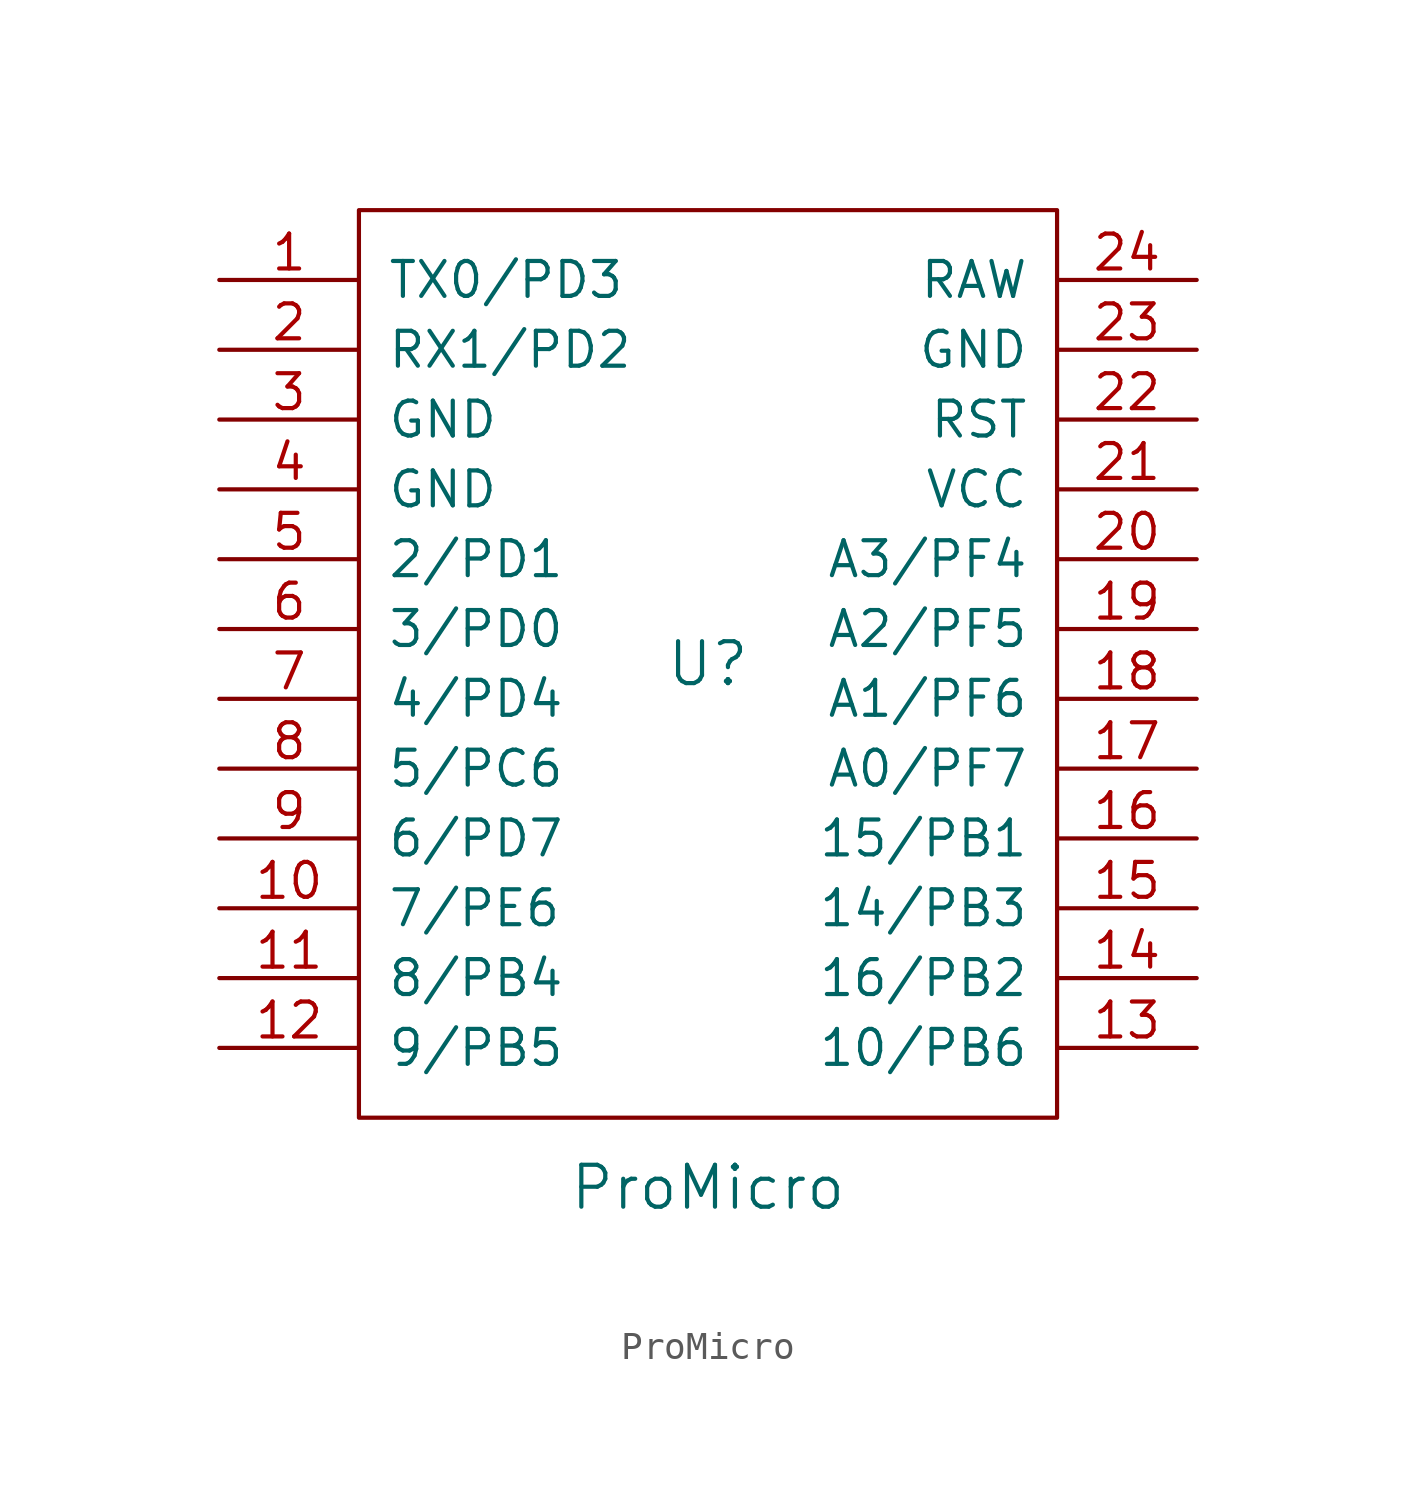
<source format=kicad_sym>
(kicad_symbol_lib
  (version 20211014)
  (generator kicad_symbol_editor)
  (symbol "ProMicro"
    (pin_names
      (offset 1.016))
    (property "Reference" "U"
      (at 0 0 0)
      (effects (font (size 1.524 1.524))))
    (property "Value" "ProMicro"
      (at 0 -19.05 0)
      (effects (font (size 1.524 1.524))))
    (symbol "ProMicro_0_1"
      (rectangle (start -12.7 -16.51) (end 12.7 16.51) (stroke (width 0) (type default) (color 0 0 0 0)) (fill (type none))))
    (symbol "ProMicro_1_1"
      (pin input line (at -17.78 13.97 0) (length 5.08) (name "TX0/PD3" (effects (font (size 1.27 1.27)))) (number "1" (effects (font (size 1.27 1.27)))))
      (pin input line (at -17.78 -8.89 0) (length 5.08) (name "7/PE6" (effects (font (size 1.27 1.27)))) (number "10" (effects (font (size 1.27 1.27)))))
      (pin input line (at -17.78 -11.43 0) (length 5.08) (name "8/PB4" (effects (font (size 1.27 1.27)))) (number "11" (effects (font (size 1.27 1.27)))))
      (pin input line (at -17.78 -13.97 0) (length 5.08) (name "9/PB5" (effects (font (size 1.27 1.27)))) (number "12" (effects (font (size 1.27 1.27)))))
      (pin input line (at 17.78 -13.97 180) (length 5.08) (name "10/PB6" (effects (font (size 1.27 1.27)))) (number "13" (effects (font (size 1.27 1.27)))))
      (pin input line (at 17.78 -11.43 180) (length 5.08) (name "16/PB2" (effects (font (size 1.27 1.27)))) (number "14" (effects (font (size 1.27 1.27)))))
      (pin input line (at 17.78 -8.89 180) (length 5.08) (name "14/PB3" (effects (font (size 1.27 1.27)))) (number "15" (effects (font (size 1.27 1.27)))))
      (pin input line (at 17.78 -6.35 180) (length 5.08) (name "15/PB1" (effects (font (size 1.27 1.27)))) (number "16" (effects (font (size 1.27 1.27)))))
      (pin input line (at 17.78 -3.81 180) (length 5.08) (name "A0/PF7" (effects (font (size 1.27 1.27)))) (number "17" (effects (font (size 1.27 1.27)))))
      (pin input line (at 17.78 -1.27 180) (length 5.08) (name "A1/PF6" (effects (font (size 1.27 1.27)))) (number "18" (effects (font (size 1.27 1.27)))))
      (pin input line (at 17.78 1.27 180) (length 5.08) (name "A2/PF5" (effects (font (size 1.27 1.27)))) (number "19" (effects (font (size 1.27 1.27)))))
      (pin input line (at -17.78 11.43 0) (length 5.08) (name "RX1/PD2" (effects (font (size 1.27 1.27)))) (number "2" (effects (font (size 1.27 1.27)))))
      (pin input line (at 17.78 3.81 180) (length 5.08) (name "A3/PF4" (effects (font (size 1.27 1.27)))) (number "20" (effects (font (size 1.27 1.27)))))
      (pin input line (at 17.78 6.35 180) (length 5.08) (name "VCC" (effects (font (size 1.27 1.27)))) (number "21" (effects (font (size 1.27 1.27)))))
      (pin input line (at 17.78 8.89 180) (length 5.08) (name "RST" (effects (font (size 1.27 1.27)))) (number "22" (effects (font (size 1.27 1.27)))))
      (pin input line (at 17.78 11.43 180) (length 5.08) (name "GND" (effects (font (size 1.27 1.27)))) (number "23" (effects (font (size 1.27 1.27)))))
      (pin input line (at 17.78 13.97 180) (length 5.08) (name "RAW" (effects (font (size 1.27 1.27)))) (number "24" (effects (font (size 1.27 1.27)))))
      (pin input line (at -17.78 8.89 0) (length 5.08) (name "GND" (effects (font (size 1.27 1.27)))) (number "3" (effects (font (size 1.27 1.27)))))
      (pin input line (at -17.78 6.35 0) (length 5.08) (name "GND" (effects (font (size 1.27 1.27)))) (number "4" (effects (font (size 1.27 1.27)))))
      (pin input line (at -17.78 3.81 0) (length 5.08) (name "2/PD1" (effects (font (size 1.27 1.27)))) (number "5" (effects (font (size 1.27 1.27)))))
      (pin input line (at -17.78 1.27 0) (length 5.08) (name "3/PD0" (effects (font (size 1.27 1.27)))) (number "6" (effects (font (size 1.27 1.27)))))
      (pin input line (at -17.78 -1.27 0) (length 5.08) (name "4/PD4" (effects (font (size 1.27 1.27)))) (number "7" (effects (font (size 1.27 1.27)))))
      (pin input line (at -17.78 -3.81 0) (length 5.08) (name "5/PC6" (effects (font (size 1.27 1.27)))) (number "8" (effects (font (size 1.27 1.27)))))
      (pin input line (at -17.78 -6.35 0) (length 5.08) (name "6/PD7" (effects (font (size 1.27 1.27)))) (number "9" (effects (font (size 1.27 1.27))))))))
</source>
